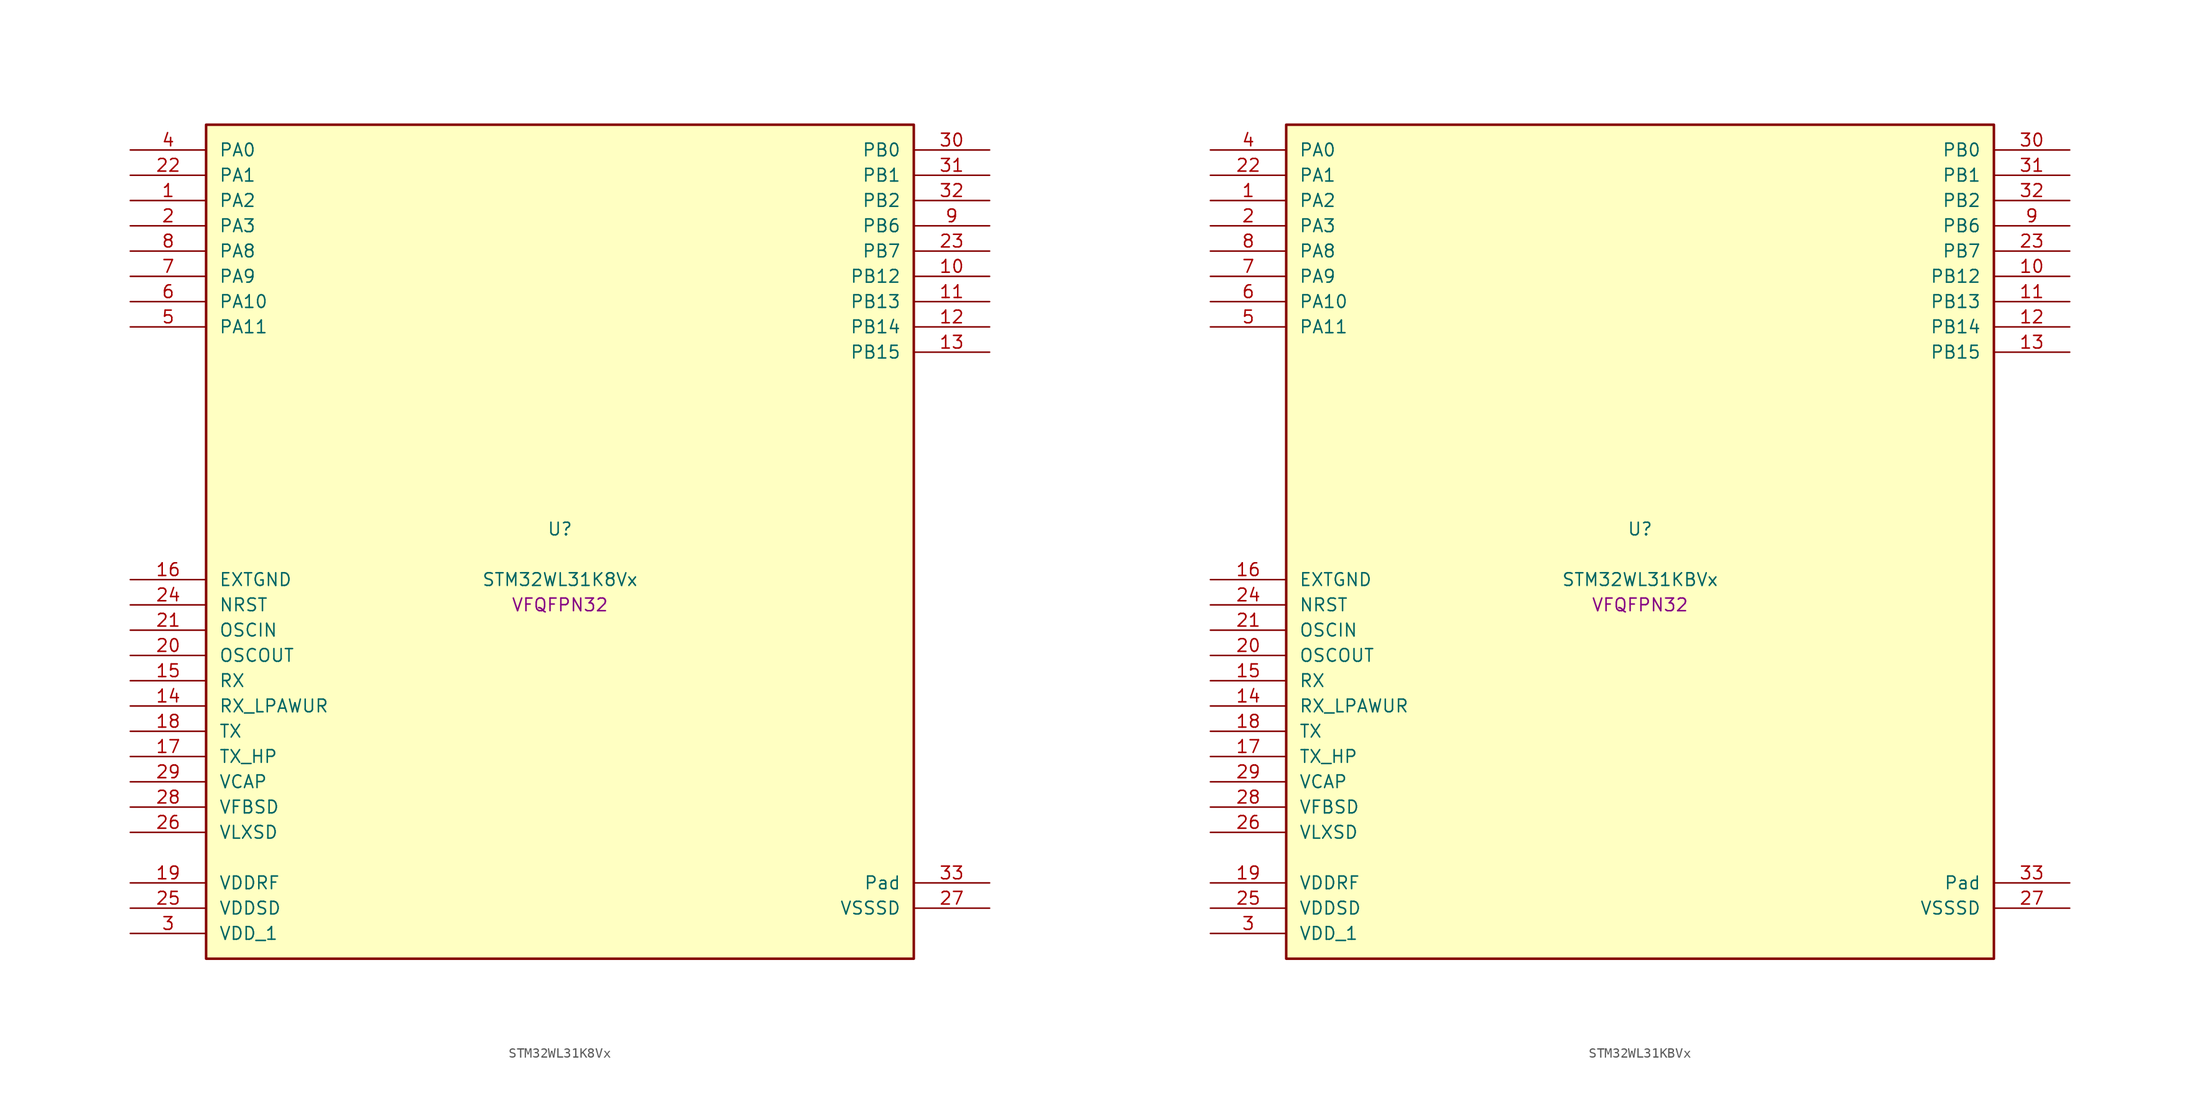
<source format=kicad_sym>
(kicad_symbol_lib
  (version 20241209)
  (generator "stm32_pkl_generator")
  (generator_version "1.0")
  (symbol "STM32WL31K8Vx"
    (pin_names
      (offset 1.27))
    (property "Reference" "U"
      (at 0 2.54 0))
    (property "Value" "STM32WL31K8Vx"
      (at 0 -2.54 0))
    (property "Footprint" "VFQFPN32"
      (at 0 -5.08 0))
    (symbol "STM32WL31K8Vx_1_1"
      (rectangle (start -35.56 43.18) (end 35.56 -40.64) (stroke (width 0.254) (type solid)) (fill (type background)))
      (pin bidirectional line (at -43.18 40.64 0) (length 7.62) (name "PA0") (number "4") (alternate "PA0/I2C1_SCL" bidirectional line) (alternate "PA0/PWR_WKUP12" bidirectional line) (alternate "PA0/TIM2_CH3" bidirectional line) (alternate "PA0/USART1_CTS" bidirectional line))
      (pin bidirectional line (at -43.18 38.1 0) (length 7.62) (name "PA1") (number "22") (alternate "PA1/I2C1_SDA" bidirectional line) (alternate "PA1/PWR_WKUP13" bidirectional line) (alternate "PA1/TIM16_BRK" bidirectional line) (alternate "PA1/TIM2_CH4" bidirectional line) (alternate "PA1/USART1_TX" bidirectional line))
      (pin bidirectional line (at -43.18 35.56 0) (length 7.62) (name "PA2") (number "1") (alternate "PA2/ADC1_VINM2" bidirectional line) (alternate "PA2/DEBUG_SWDIO" bidirectional line) (alternate "PA2/PWR_WKUP14" bidirectional line) (alternate "PA2/TIM16_CH1" bidirectional line) (alternate "PA2/TIM2_CH1" bidirectional line) (alternate "PA2/USART1_CK" bidirectional line))
      (pin bidirectional line (at -43.18 33.02 0) (length 7.62) (name "PA3") (number "2") (alternate "PA3/ADC1_VINP2" bidirectional line) (alternate "PA3/DEBUG_SWCLK" bidirectional line) (alternate "PA3/PWR_WKUP15" bidirectional line) (alternate "PA3/SPI3_SCK" bidirectional line) (alternate "PA3/TIM16_CH1N" bidirectional line) (alternate "PA3/TIM2_CH2" bidirectional line) (alternate "PA3/USART1_DE" bidirectional line) (alternate "PA3/USART1_RTS" bidirectional line))
      (pin bidirectional line (at -43.18 30.48 0) (length 7.62) (name "PA8") (number "8") (alternate "PA8/MRSUBG_RX_SEQUENCE" bidirectional line) (alternate "PA8/PWR_WKUP8" bidirectional line) (alternate "PA8/RTC_OUT" bidirectional line) (alternate "PA8/RTC_TAMP1" bidirectional line) (alternate "PA8/RTC_TS" bidirectional line) (alternate "PA8/SPI3_MISO" bidirectional line) (alternate "PA8/TIM2_CH3" bidirectional line) (alternate "PA8/USART1_RX" bidirectional line))
      (pin bidirectional line (at -43.18 27.94 0) (length 7.62) (name "PA9") (number "7") (alternate "PA9/PWR_WKUP9" bidirectional line) (alternate "PA9/RTC_OUT" bidirectional line) (alternate "PA9/SPI3_NSS" bidirectional line) (alternate "PA9/TIM2_CH4" bidirectional line) (alternate "PA9/USART1_TX" bidirectional line))
      (pin bidirectional line (at -43.18 25.4 0) (length 7.62) (name "PA10") (number "6") (alternate "PA10/LPUART1_CTS" bidirectional line) (alternate "PA10/MRSUBG_TX_DATA" bidirectional line) (alternate "PA10/MRSUBG_TX_SEQUENCE" bidirectional line) (alternate "PA10/PWR_WKUP10" bidirectional line))
      (pin bidirectional line (at -43.18 22.86 0) (length 7.62) (name "PA11") (number "5") (alternate "PA11/MRSUBG_RX_SEQUENCE" bidirectional line) (alternate "PA11/MRSUBG_TX_CLOCK" bidirectional line) (alternate "PA11/PWR_WKUP11" bidirectional line) (alternate "PA11/RCC_MCO" bidirectional line) (alternate "PA11/SPI3_MOSI" bidirectional line))
      (pin bidirectional line (at 43.18 40.64 180) (length 7.62) (name "PB0") (number "30") (alternate "PB0/ADC1_VINM1" bidirectional line) (alternate "PB0/LPUART1_DE" bidirectional line) (alternate "PB0/LPUART1_RTS" bidirectional line) (alternate "PB0/MRSUBG_ANTENNA_SWITCH" bidirectional line) (alternate "PB0/PWR_WKUP0" bidirectional line) (alternate "PB0/TIM16_CH1" bidirectional line) (alternate "PB0/USART1_RX" bidirectional line))
      (pin bidirectional line (at 43.18 38.1 180) (length 7.62) (name "PB1") (number "31") (alternate "PB1/ADC1_VINP1" bidirectional line) (alternate "PB1/DEBUG_SWDIO" bidirectional line) (alternate "PB1/MRSUBG_RX_DATA" bidirectional line) (alternate "PB1/PWR_WKUP1" bidirectional line) (alternate "PB1/TIM16_CH1N" bidirectional line) (alternate "PB1/USART1_CK" bidirectional line))
      (pin bidirectional line (at 43.18 35.56 180) (length 7.62) (name "PB2") (number "32") (alternate "PB2/ADC1_VINM0" bidirectional line) (alternate "PB2/DEBUG_SWCLK" bidirectional line) (alternate "PB2/MRSUBG_RX_CLOCK" bidirectional line) (alternate "PB2/PWR_WKUP2" bidirectional line) (alternate "PB2/TIM16_BRK" bidirectional line) (alternate "PB2/USART1_DE" bidirectional line) (alternate "PB2/USART1_RTS" bidirectional line))
      (pin bidirectional line (at 43.18 33.02 180) (length 7.62) (name "PB6") (number "9") (alternate "PB6/I2C1_SCL" bidirectional line) (alternate "PB6/LPUART1_TX" bidirectional line) (alternate "PB6/PWR_WKUP6" bidirectional line) (alternate "PB6/SPI3_SCK" bidirectional line) (alternate "PB6/TIM2_CH3" bidirectional line))
      (pin bidirectional line (at 43.18 30.48 180) (length 7.62) (name "PB7") (number "23") (alternate "PB7/I2C1_SDA" bidirectional line) (alternate "PB7/LPUART1_RX" bidirectional line) (alternate "PB7/PWR_WKUP7" bidirectional line) (alternate "PB7/SPI3_MOSI" bidirectional line) (alternate "PB7/TIM2_ETR" bidirectional line))
      (pin bidirectional line (at 43.18 27.94 180) (length 7.62) (name "PB12") (number "10") (alternate "PB12/LPUART1_CTS" bidirectional line) (alternate "PB12/RCC_LCO" bidirectional line) (alternate "PB12/RCC_OSC32_OUT" bidirectional line) (alternate "PB12/TIM2_CH3" bidirectional line) (alternate "PB12/USART1_DE" bidirectional line) (alternate "PB12/USART1_RTS" bidirectional line))
      (pin bidirectional line (at 43.18 25.4 180) (length 7.62) (name "PB13") (number "11") (alternate "PB13/RCC_OSC32_IN" bidirectional line) (alternate "PB13/TIM2_CH4" bidirectional line))
      (pin bidirectional line (at 43.18 22.86 180) (length 7.62) (name "PB14") (number "12") (alternate "PB14/I2C1_SMBA" bidirectional line) (alternate "PB14/MRSUBG_TX_SEQUENCE" bidirectional line) (alternate "PB14/PWR_PVD_IN" bidirectional line) (alternate "PB14/RCC_MCO" bidirectional line) (alternate "PB14/TIM2_ETR" bidirectional line) (alternate "PB14/USART1_RX" bidirectional line))
      (pin bidirectional line (at 43.18 20.32 180) (length 7.62) (name "PB15") (number "13") (alternate "PB15/USART1_TX" bidirectional line))
      (pin power_in line (at -43.18 -2.54 0) (length 7.62) (name "EXTGND") (number "16"))
      (pin input line (at -43.18 -5.08 0) (length 7.62) (name "NRST") (number "24"))
      (pin bidirectional line (at -43.18 -7.62 0) (length 7.62) (name "OSCIN") (number "21") (alternate "OSCIN/RCC_OSC_IN" bidirectional line))
      (pin bidirectional line (at -43.18 -10.16 0) (length 7.62) (name "OSCOUT") (number "20") (alternate "OSCOUT/RCC_OSC_OUT" bidirectional line))
      (pin input line (at -43.18 -12.7 0) (length 7.62) (name "RX") (number "15"))
      (pin input line (at -43.18 -15.24 0) (length 7.62) (name "RX_LPAWUR") (number "14"))
      (pin input line (at -43.18 -17.78 0) (length 7.62) (name "TX") (number "18"))
      (pin input line (at -43.18 -20.32 0) (length 7.62) (name "TX_HP") (number "17"))
      (pin power_in line (at -43.18 -22.86 0) (length 7.62) (name "VCAP") (number "29"))
      (pin power_in line (at -43.18 -25.4 0) (length 7.62) (name "VFBSD") (number "28"))
      (pin power_in line (at -43.18 -27.94 0) (length 7.62) (name "VLXSD") (number "26"))
      (pin power_in line (at -43.18 -33.02 0) (length 7.62) (name "VDDRF") (number "19"))
      (pin power_in line (at -43.18 -35.56 0) (length 7.62) (name "VDDSD") (number "25"))
      (pin power_in line (at -43.18 -38.1 0) (length 7.62) (name "VDD_1") (number "3"))
      (pin passive line (at 43.18 -33.02 180) (length 7.62) (name "Pad") (number "33"))
      (pin power_in line (at 43.18 -35.56 180) (length 7.62) (name "VSSSD") (number "27"))))
  (symbol "STM32WL31KBVx"
    (pin_names
      (offset 1.27))
    (property "Reference" "U"
      (at 0 2.54 0))
    (property "Value" "STM32WL31KBVx"
      (at 0 -2.54 0))
    (property "Footprint" "VFQFPN32"
      (at 0 -5.08 0))
    (symbol "STM32WL31KBVx_1_1"
      (rectangle (start -35.56 43.18) (end 35.56 -40.64) (stroke (width 0.254) (type solid)) (fill (type background)))
      (pin bidirectional line (at -43.18 40.64 0) (length 7.62) (name "PA0") (number "4") (alternate "PA0/I2C1_SCL" bidirectional line) (alternate "PA0/PWR_WKUP12" bidirectional line) (alternate "PA0/TIM2_CH3" bidirectional line) (alternate "PA0/USART1_CTS" bidirectional line))
      (pin bidirectional line (at -43.18 38.1 0) (length 7.62) (name "PA1") (number "22") (alternate "PA1/I2C1_SDA" bidirectional line) (alternate "PA1/PWR_WKUP13" bidirectional line) (alternate "PA1/TIM16_BRK" bidirectional line) (alternate "PA1/TIM2_CH4" bidirectional line) (alternate "PA1/USART1_TX" bidirectional line))
      (pin bidirectional line (at -43.18 35.56 0) (length 7.62) (name "PA2") (number "1") (alternate "PA2/ADC1_VINM2" bidirectional line) (alternate "PA2/DEBUG_SWDIO" bidirectional line) (alternate "PA2/PWR_WKUP14" bidirectional line) (alternate "PA2/TIM16_CH1" bidirectional line) (alternate "PA2/TIM2_CH1" bidirectional line) (alternate "PA2/USART1_CK" bidirectional line))
      (pin bidirectional line (at -43.18 33.02 0) (length 7.62) (name "PA3") (number "2") (alternate "PA3/ADC1_VINP2" bidirectional line) (alternate "PA3/DEBUG_SWCLK" bidirectional line) (alternate "PA3/PWR_WKUP15" bidirectional line) (alternate "PA3/SPI3_SCK" bidirectional line) (alternate "PA3/TIM16_CH1N" bidirectional line) (alternate "PA3/TIM2_CH2" bidirectional line) (alternate "PA3/USART1_DE" bidirectional line) (alternate "PA3/USART1_RTS" bidirectional line))
      (pin bidirectional line (at -43.18 30.48 0) (length 7.62) (name "PA8") (number "8") (alternate "PA8/MRSUBG_RX_SEQUENCE" bidirectional line) (alternate "PA8/PWR_WKUP8" bidirectional line) (alternate "PA8/RTC_OUT" bidirectional line) (alternate "PA8/RTC_TAMP1" bidirectional line) (alternate "PA8/RTC_TS" bidirectional line) (alternate "PA8/SPI3_MISO" bidirectional line) (alternate "PA8/TIM2_CH3" bidirectional line) (alternate "PA8/USART1_RX" bidirectional line))
      (pin bidirectional line (at -43.18 27.94 0) (length 7.62) (name "PA9") (number "7") (alternate "PA9/PWR_WKUP9" bidirectional line) (alternate "PA9/RTC_OUT" bidirectional line) (alternate "PA9/SPI3_NSS" bidirectional line) (alternate "PA9/TIM2_CH4" bidirectional line) (alternate "PA9/USART1_TX" bidirectional line))
      (pin bidirectional line (at -43.18 25.4 0) (length 7.62) (name "PA10") (number "6") (alternate "PA10/LPUART1_CTS" bidirectional line) (alternate "PA10/MRSUBG_TX_DATA" bidirectional line) (alternate "PA10/MRSUBG_TX_SEQUENCE" bidirectional line) (alternate "PA10/PWR_WKUP10" bidirectional line))
      (pin bidirectional line (at -43.18 22.86 0) (length 7.62) (name "PA11") (number "5") (alternate "PA11/MRSUBG_RX_SEQUENCE" bidirectional line) (alternate "PA11/MRSUBG_TX_CLOCK" bidirectional line) (alternate "PA11/PWR_WKUP11" bidirectional line) (alternate "PA11/RCC_MCO" bidirectional line) (alternate "PA11/SPI3_MOSI" bidirectional line))
      (pin bidirectional line (at 43.18 40.64 180) (length 7.62) (name "PB0") (number "30") (alternate "PB0/ADC1_VINM1" bidirectional line) (alternate "PB0/LPUART1_DE" bidirectional line) (alternate "PB0/LPUART1_RTS" bidirectional line) (alternate "PB0/MRSUBG_ANTENNA_SWITCH" bidirectional line) (alternate "PB0/PWR_WKUP0" bidirectional line) (alternate "PB0/TIM16_CH1" bidirectional line) (alternate "PB0/USART1_RX" bidirectional line))
      (pin bidirectional line (at 43.18 38.1 180) (length 7.62) (name "PB1") (number "31") (alternate "PB1/ADC1_VINP1" bidirectional line) (alternate "PB1/DEBUG_SWDIO" bidirectional line) (alternate "PB1/MRSUBG_RX_DATA" bidirectional line) (alternate "PB1/PWR_WKUP1" bidirectional line) (alternate "PB1/TIM16_CH1N" bidirectional line) (alternate "PB1/USART1_CK" bidirectional line))
      (pin bidirectional line (at 43.18 35.56 180) (length 7.62) (name "PB2") (number "32") (alternate "PB2/ADC1_VINM0" bidirectional line) (alternate "PB2/DEBUG_SWCLK" bidirectional line) (alternate "PB2/MRSUBG_RX_CLOCK" bidirectional line) (alternate "PB2/PWR_WKUP2" bidirectional line) (alternate "PB2/TIM16_BRK" bidirectional line) (alternate "PB2/USART1_DE" bidirectional line) (alternate "PB2/USART1_RTS" bidirectional line))
      (pin bidirectional line (at 43.18 33.02 180) (length 7.62) (name "PB6") (number "9") (alternate "PB6/I2C1_SCL" bidirectional line) (alternate "PB6/LPUART1_TX" bidirectional line) (alternate "PB6/PWR_WKUP6" bidirectional line) (alternate "PB6/SPI3_SCK" bidirectional line) (alternate "PB6/TIM2_CH3" bidirectional line))
      (pin bidirectional line (at 43.18 30.48 180) (length 7.62) (name "PB7") (number "23") (alternate "PB7/I2C1_SDA" bidirectional line) (alternate "PB7/LPUART1_RX" bidirectional line) (alternate "PB7/PWR_WKUP7" bidirectional line) (alternate "PB7/SPI3_MOSI" bidirectional line) (alternate "PB7/TIM2_ETR" bidirectional line))
      (pin bidirectional line (at 43.18 27.94 180) (length 7.62) (name "PB12") (number "10") (alternate "PB12/LPUART1_CTS" bidirectional line) (alternate "PB12/RCC_LCO" bidirectional line) (alternate "PB12/RCC_OSC32_OUT" bidirectional line) (alternate "PB12/TIM2_CH3" bidirectional line) (alternate "PB12/USART1_DE" bidirectional line) (alternate "PB12/USART1_RTS" bidirectional line))
      (pin bidirectional line (at 43.18 25.4 180) (length 7.62) (name "PB13") (number "11") (alternate "PB13/RCC_OSC32_IN" bidirectional line) (alternate "PB13/TIM2_CH4" bidirectional line))
      (pin bidirectional line (at 43.18 22.86 180) (length 7.62) (name "PB14") (number "12") (alternate "PB14/I2C1_SMBA" bidirectional line) (alternate "PB14/MRSUBG_TX_SEQUENCE" bidirectional line) (alternate "PB14/PWR_PVD_IN" bidirectional line) (alternate "PB14/RCC_MCO" bidirectional line) (alternate "PB14/TIM2_ETR" bidirectional line) (alternate "PB14/USART1_RX" bidirectional line))
      (pin bidirectional line (at 43.18 20.32 180) (length 7.62) (name "PB15") (number "13") (alternate "PB15/USART1_TX" bidirectional line))
      (pin power_in line (at -43.18 -2.54 0) (length 7.62) (name "EXTGND") (number "16"))
      (pin input line (at -43.18 -5.08 0) (length 7.62) (name "NRST") (number "24"))
      (pin bidirectional line (at -43.18 -7.62 0) (length 7.62) (name "OSCIN") (number "21") (alternate "OSCIN/RCC_OSC_IN" bidirectional line))
      (pin bidirectional line (at -43.18 -10.16 0) (length 7.62) (name "OSCOUT") (number "20") (alternate "OSCOUT/RCC_OSC_OUT" bidirectional line))
      (pin input line (at -43.18 -12.7 0) (length 7.62) (name "RX") (number "15"))
      (pin input line (at -43.18 -15.24 0) (length 7.62) (name "RX_LPAWUR") (number "14"))
      (pin input line (at -43.18 -17.78 0) (length 7.62) (name "TX") (number "18"))
      (pin input line (at -43.18 -20.32 0) (length 7.62) (name "TX_HP") (number "17"))
      (pin power_in line (at -43.18 -22.86 0) (length 7.62) (name "VCAP") (number "29"))
      (pin power_in line (at -43.18 -25.4 0) (length 7.62) (name "VFBSD") (number "28"))
      (pin power_in line (at -43.18 -27.94 0) (length 7.62) (name "VLXSD") (number "26"))
      (pin power_in line (at -43.18 -33.02 0) (length 7.62) (name "VDDRF") (number "19"))
      (pin power_in line (at -43.18 -35.56 0) (length 7.62) (name "VDDSD") (number "25"))
      (pin power_in line (at -43.18 -38.1 0) (length 7.62) (name "VDD_1") (number "3"))
      (pin passive line (at 43.18 -33.02 180) (length 7.62) (name "Pad") (number "33"))
      (pin power_in line (at 43.18 -35.56 180) (length 7.62) (name "VSSSD") (number "27")))))
</source>
